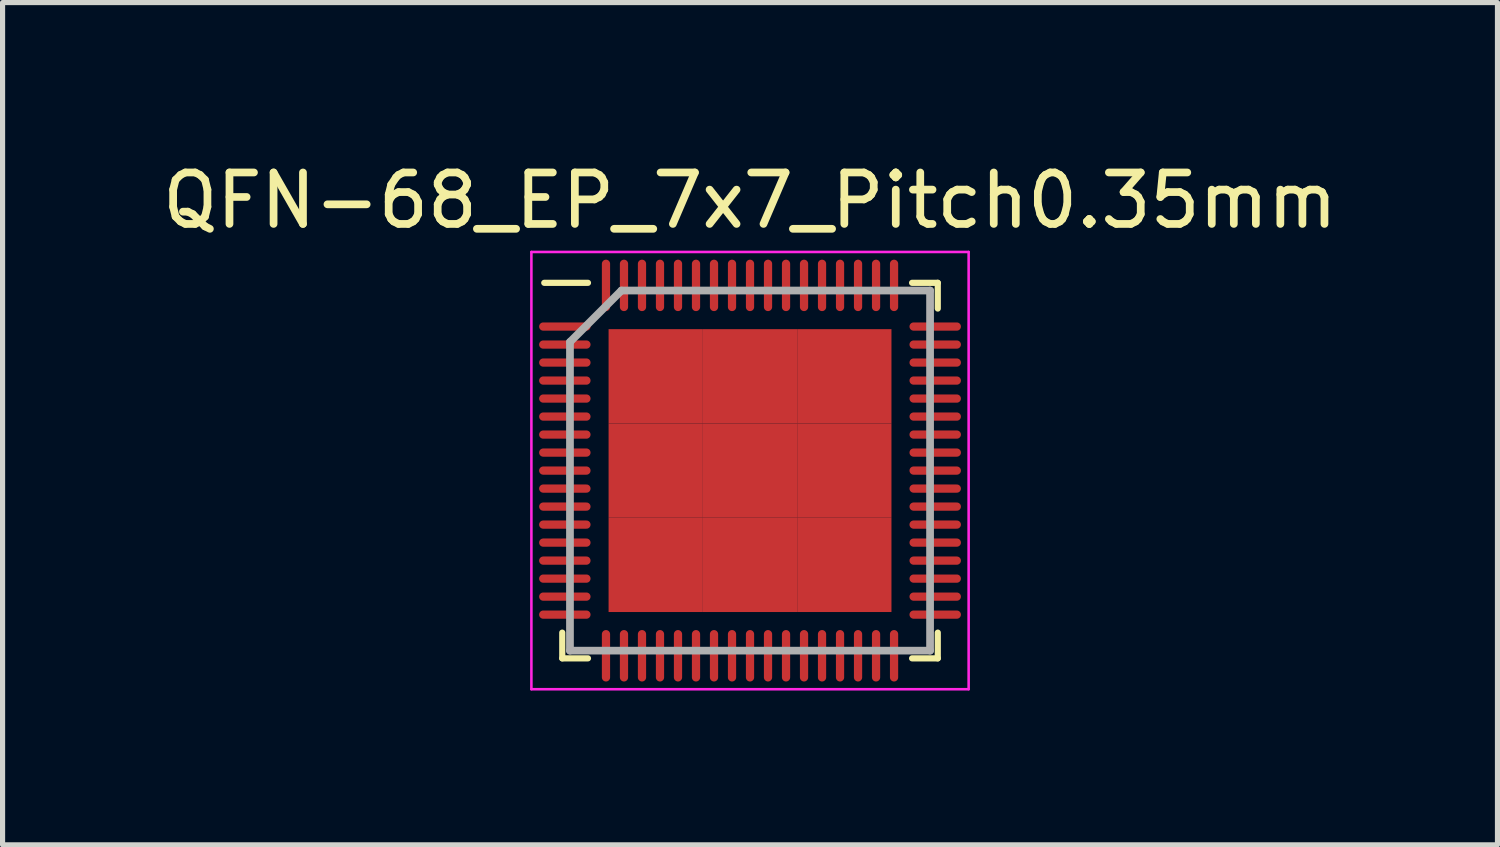
<source format=kicad_pcb>
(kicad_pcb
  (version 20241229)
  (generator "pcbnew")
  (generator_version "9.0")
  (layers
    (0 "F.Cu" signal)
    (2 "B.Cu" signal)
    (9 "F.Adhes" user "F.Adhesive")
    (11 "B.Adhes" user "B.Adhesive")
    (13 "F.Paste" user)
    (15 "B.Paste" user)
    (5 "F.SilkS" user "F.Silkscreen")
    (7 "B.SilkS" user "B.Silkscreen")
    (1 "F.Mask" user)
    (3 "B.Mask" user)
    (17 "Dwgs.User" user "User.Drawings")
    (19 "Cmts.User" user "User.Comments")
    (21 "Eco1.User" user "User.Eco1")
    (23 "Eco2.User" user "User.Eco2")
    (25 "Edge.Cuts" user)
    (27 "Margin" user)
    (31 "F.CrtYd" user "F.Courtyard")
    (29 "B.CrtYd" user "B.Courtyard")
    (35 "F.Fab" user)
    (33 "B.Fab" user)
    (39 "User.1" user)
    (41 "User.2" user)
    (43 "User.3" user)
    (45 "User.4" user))
  (footprint "QFN-68_EP_7x7_Pitch0.35mm"
    (layer "F.Cu")
    (at 11.53 6.098)
    (property "Reference" "QFN-68_EP_7x7_Pitch0.35mm" (at 0 -5.25 0) (layer "F.SilkS") (effects (font (size 1 1) (thickness 0.15))))
    (attr smd)
    (fp_line (start -3.65 3.65) (end -3.65 3.15) (stroke (width 0.12) (type solid)) (layer "F.SilkS"))
    (fp_line (start -3.15 -3.65) (end -4 -3.65) (stroke (width 0.12) (type solid)) (layer "F.SilkS"))
    (fp_line (start -3.15 3.65) (end -3.65 3.65) (stroke (width 0.12) (type solid)) (layer "F.SilkS"))
    (fp_line (start 3.15 -3.65) (end 3.65 -3.65) (stroke (width 0.12) (type solid)) (layer "F.SilkS"))
    (fp_line (start 3.15 3.65) (end 3.65 3.65) (stroke (width 0.12) (type solid)) (layer "F.SilkS"))
    (fp_line (start 3.65 -3.65) (end 3.65 -3.15) (stroke (width 0.12) (type solid)) (layer "F.SilkS"))
    (fp_line (start 3.65 3.65) (end 3.65 3.15) (stroke (width 0.12) (type solid)) (layer "F.SilkS"))
    (fp_line (start -4.25 -4.25) (end 4.25 -4.25) (stroke (width 0.05) (type solid)) (layer "F.CrtYd"))
    (fp_line (start -4.25 4.25) (end -4.25 -4.25) (stroke (width 0.05) (type solid)) (layer "F.CrtYd"))
    (fp_line (start 4.25 -4.25) (end 4.25 4.25) (stroke (width 0.05) (type solid)) (layer "F.CrtYd"))
    (fp_line (start 4.25 4.25) (end -4.25 4.25) (stroke (width 0.05) (type solid)) (layer "F.CrtYd"))
    (fp_line (start -3.5 -2.5) (end -3.5 3.5) (stroke (width 0.15) (type solid)) (layer "F.Fab"))
    (fp_line (start -3.5 3.5) (end 3.5 3.5) (stroke (width 0.15) (type solid)) (layer "F.Fab"))
    (fp_line (start -2.5 -3.5) (end -3.5 -2.5) (stroke (width 0.15) (type solid)) (layer "F.Fab"))
    (fp_line (start 3.5 -3.5) (end -2.5 -3.5) (stroke (width 0.15) (type solid)) (layer "F.Fab"))
    (fp_line (start 3.5 3.5) (end 3.5 -3.5) (stroke (width 0.15) (type solid)) (layer "F.Fab"))
    (pad "1" smd oval (at -3.6 -2.8 90) (size 0.16 1) (layers "F.Cu" "F.Mask" "F.Paste"))
    (pad "2" smd oval (at -3.6 -2.45 90) (size 0.16 1) (layers "F.Cu" "F.Mask" "F.Paste"))
    (pad "3" smd oval (at -3.6 -2.1 90) (size 0.16 1) (layers "F.Cu" "F.Mask" "F.Paste"))
    (pad "4" smd oval (at -3.6 -1.75 90) (size 0.16 1) (layers "F.Cu" "F.Mask" "F.Paste"))
    (pad "5" smd oval (at -3.6 -1.4 90) (size 0.16 1) (layers "F.Cu" "F.Mask" "F.Paste"))
    (pad "6" smd oval (at -3.6 -1.05 90) (size 0.16 1) (layers "F.Cu" "F.Mask" "F.Paste"))
    (pad "7" smd oval (at -3.6 -0.7 90) (size 0.16 1) (layers "F.Cu" "F.Mask" "F.Paste"))
    (pad "8" smd oval (at -3.6 -0.35 90) (size 0.16 1) (layers "F.Cu" "F.Mask" "F.Paste"))
    (pad "9" smd oval (at -3.6 0 90) (size 0.16 1) (layers "F.Cu" "F.Mask" "F.Paste"))
    (pad "10" smd oval (at -3.6 0.35 90) (size 0.16 1) (layers "F.Cu" "F.Mask" "F.Paste"))
    (pad "11" smd oval (at -3.6 0.7 90) (size 0.16 1) (layers "F.Cu" "F.Mask" "F.Paste"))
    (pad "12" smd oval (at -3.6 1.05 90) (size 0.16 1) (layers "F.Cu" "F.Mask" "F.Paste"))
    (pad "13" smd oval (at -3.6 1.4 90) (size 0.16 1) (layers "F.Cu" "F.Mask" "F.Paste"))
    (pad "14" smd oval (at -3.6 1.75 90) (size 0.16 1) (layers "F.Cu" "F.Mask" "F.Paste"))
    (pad "15" smd oval (at -3.6 2.1 90) (size 0.16 1) (layers "F.Cu" "F.Mask" "F.Paste"))
    (pad "16" smd oval (at -3.6 2.45 90) (size 0.16 1) (layers "F.Cu" "F.Mask" "F.Paste"))
    (pad "17" smd oval (at -3.6 2.8 90) (size 0.16 1) (layers "F.Cu" "F.Mask" "F.Paste"))
    (pad "18" smd oval (at -2.8 3.6) (size 0.16 1) (layers "F.Cu" "F.Mask" "F.Paste"))
    (pad "19" smd oval (at -2.45 3.6) (size 0.16 1) (layers "F.Cu" "F.Mask" "F.Paste"))
    (pad "20" smd oval (at -2.1 3.6) (size 0.16 1) (layers "F.Cu" "F.Mask" "F.Paste"))
    (pad "21" smd oval (at -1.75 3.6) (size 0.16 1) (layers "F.Cu" "F.Mask" "F.Paste"))
    (pad "22" smd oval (at -1.4 3.6) (size 0.16 1) (layers "F.Cu" "F.Mask" "F.Paste"))
    (pad "23" smd oval (at -1.05 3.6) (size 0.16 1) (layers "F.Cu" "F.Mask" "F.Paste"))
    (pad "24" smd oval (at -0.7 3.6) (size 0.16 1) (layers "F.Cu" "F.Mask" "F.Paste"))
    (pad "25" smd oval (at -0.35 3.6) (size 0.16 1) (layers "F.Cu" "F.Mask" "F.Paste"))
    (pad "26" smd oval (at 0 3.6) (size 0.16 1) (layers "F.Cu" "F.Mask" "F.Paste"))
    (pad "27" smd oval (at 0.35 3.6) (size 0.16 1) (layers "F.Cu" "F.Mask" "F.Paste"))
    (pad "28" smd oval (at 0.7 3.6) (size 0.16 1) (layers "F.Cu" "F.Mask" "F.Paste"))
    (pad "29" smd oval (at 1.05 3.6) (size 0.16 1) (layers "F.Cu" "F.Mask" "F.Paste"))
    (pad "30" smd oval (at 1.4 3.6) (size 0.16 1) (layers "F.Cu" "F.Mask" "F.Paste"))
    (pad "31" smd oval (at 1.75 3.6) (size 0.16 1) (layers "F.Cu" "F.Mask" "F.Paste"))
    (pad "32" smd oval (at 2.1 3.6) (size 0.16 1) (layers "F.Cu" "F.Mask" "F.Paste"))
    (pad "33" smd oval (at 2.45 3.6) (size 0.16 1) (layers "F.Cu" "F.Mask" "F.Paste"))
    (pad "34" smd oval (at 2.8 3.6) (size 0.16 1) (layers "F.Cu" "F.Mask" "F.Paste"))
    (pad "35" smd oval (at 3.6 2.8 90) (size 0.16 1) (layers "F.Cu" "F.Mask" "F.Paste"))
    (pad "36" smd oval (at 3.6 2.45 90) (size 0.16 1) (layers "F.Cu" "F.Mask" "F.Paste"))
    (pad "37" smd oval (at 3.6 2.1 90) (size 0.16 1) (layers "F.Cu" "F.Mask" "F.Paste"))
    (pad "38" smd oval (at 3.6 1.75 90) (size 0.16 1) (layers "F.Cu" "F.Mask" "F.Paste"))
    (pad "39" smd oval (at 3.6 1.4 90) (size 0.16 1) (layers "F.Cu" "F.Mask" "F.Paste"))
    (pad "40" smd oval (at 3.6 1.05 90) (size 0.16 1) (layers "F.Cu" "F.Mask" "F.Paste"))
    (pad "41" smd oval (at 3.6 0.7 90) (size 0.16 1) (layers "F.Cu" "F.Mask" "F.Paste"))
    (pad "42" smd oval (at 3.6 0.35 90) (size 0.16 1) (layers "F.Cu" "F.Mask" "F.Paste"))
    (pad "43" smd oval (at 3.6 0 90) (size 0.16 1) (layers "F.Cu" "F.Mask" "F.Paste"))
    (pad "44" smd oval (at 3.6 -0.35 90) (size 0.16 1) (layers "F.Cu" "F.Mask" "F.Paste"))
    (pad "45" smd oval (at 3.6 -0.7 90) (size 0.16 1) (layers "F.Cu" "F.Mask" "F.Paste"))
    (pad "46" smd oval (at 3.6 -1.05 90) (size 0.16 1) (layers "F.Cu" "F.Mask" "F.Paste"))
    (pad "47" smd oval (at 3.6 -1.4 90) (size 0.16 1) (layers "F.Cu" "F.Mask" "F.Paste"))
    (pad "48" smd oval (at 3.6 -1.75 90) (size 0.16 1) (layers "F.Cu" "F.Mask" "F.Paste"))
    (pad "49" smd oval (at 3.6 -2.1 90) (size 0.16 1) (layers "F.Cu" "F.Mask" "F.Paste"))
    (pad "50" smd oval (at 3.6 -2.45 90) (size 0.16 1) (layers "F.Cu" "F.Mask" "F.Paste"))
    (pad "51" smd oval (at 3.6 -2.8 90) (size 0.16 1) (layers "F.Cu" "F.Mask" "F.Paste"))
    (pad "52" smd oval (at 2.8 -3.6) (size 0.16 1) (layers "F.Cu" "F.Mask" "F.Paste"))
    (pad "53" smd oval (at 2.45 -3.6) (size 0.16 1) (layers "F.Cu" "F.Mask" "F.Paste"))
    (pad "54" smd oval (at 2.1 -3.6) (size 0.16 1) (layers "F.Cu" "F.Mask" "F.Paste"))
    (pad "55" smd oval (at 1.75 -3.6) (size 0.16 1) (layers "F.Cu" "F.Mask" "F.Paste"))
    (pad "56" smd oval (at 1.4 -3.6) (size 0.16 1) (layers "F.Cu" "F.Mask" "F.Paste"))
    (pad "57" smd oval (at 1.05 -3.6) (size 0.16 1) (layers "F.Cu" "F.Mask" "F.Paste"))
    (pad "58" smd oval (at 0.7 -3.6) (size 0.16 1) (layers "F.Cu" "F.Mask" "F.Paste"))
    (pad "59" smd oval (at 0.35 -3.6) (size 0.16 1) (layers "F.Cu" "F.Mask" "F.Paste"))
    (pad "60" smd oval (at 0 -3.6) (size 0.16 1) (layers "F.Cu" "F.Mask" "F.Paste"))
    (pad "61" smd oval (at -0.35 -3.6) (size 0.16 1) (layers "F.Cu" "F.Mask" "F.Paste"))
    (pad "62" smd oval (at -0.7 -3.6) (size 0.16 1) (layers "F.Cu" "F.Mask" "F.Paste"))
    (pad "63" smd oval (at -1.05 -3.6) (size 0.16 1) (layers "F.Cu" "F.Mask" "F.Paste"))
    (pad "64" smd oval (at -1.4 -3.6) (size 0.16 1) (layers "F.Cu" "F.Mask" "F.Paste"))
    (pad "65" smd oval (at -1.75 -3.6) (size 0.16 1) (layers "F.Cu" "F.Mask" "F.Paste"))
    (pad "66" smd oval (at -2.1 -3.6) (size 0.16 1) (layers "F.Cu" "F.Mask" "F.Paste"))
    (pad "67" smd oval (at -2.45 -3.6) (size 0.16 1) (layers "F.Cu" "F.Mask" "F.Paste"))
    (pad "68" smd oval (at -2.8 -3.6) (size 0.16 1) (layers "F.Cu" "F.Mask" "F.Paste"))
    (pad "69" smd rect (at -1.833 -1.833) (size 1.833 1.833) (layers "F.Cu" "F.Mask" "F.Paste"))
    (pad "69" smd rect (at -1.833 0) (size 1.833 1.833) (layers "F.Cu" "F.Mask" "F.Paste"))
    (pad "69" smd rect (at -1.833 1.833) (size 1.833 1.833) (layers "F.Cu" "F.Mask" "F.Paste"))
    (pad "69" smd rect (at 0 -1.833) (size 1.833 1.833) (layers "F.Cu" "F.Mask" "F.Paste"))
    (pad "69" smd rect (at 0 0) (size 1.833 1.833) (layers "F.Cu" "F.Mask" "F.Paste"))
    (pad "69" smd rect (at 0 1.833) (size 1.833 1.833) (layers "F.Cu" "F.Mask" "F.Paste"))
    (pad "69" smd rect (at 1.833 -1.833) (size 1.833 1.833) (layers "F.Cu" "F.Mask" "F.Paste"))
    (pad "69" smd rect (at 1.833 0) (size 1.833 1.833) (layers "F.Cu" "F.Mask" "F.Paste"))
    (pad "69" smd rect (at 1.833 1.833) (size 1.833 1.833) (layers "F.Cu" "F.Mask" "F.Paste")))
  (gr_rect
    (start -3 -3)
    (end 26.06 13.373)
    (stroke (width 0.1) (type default))
    (fill no)
    (layer "Edge.Cuts")))
</source>
